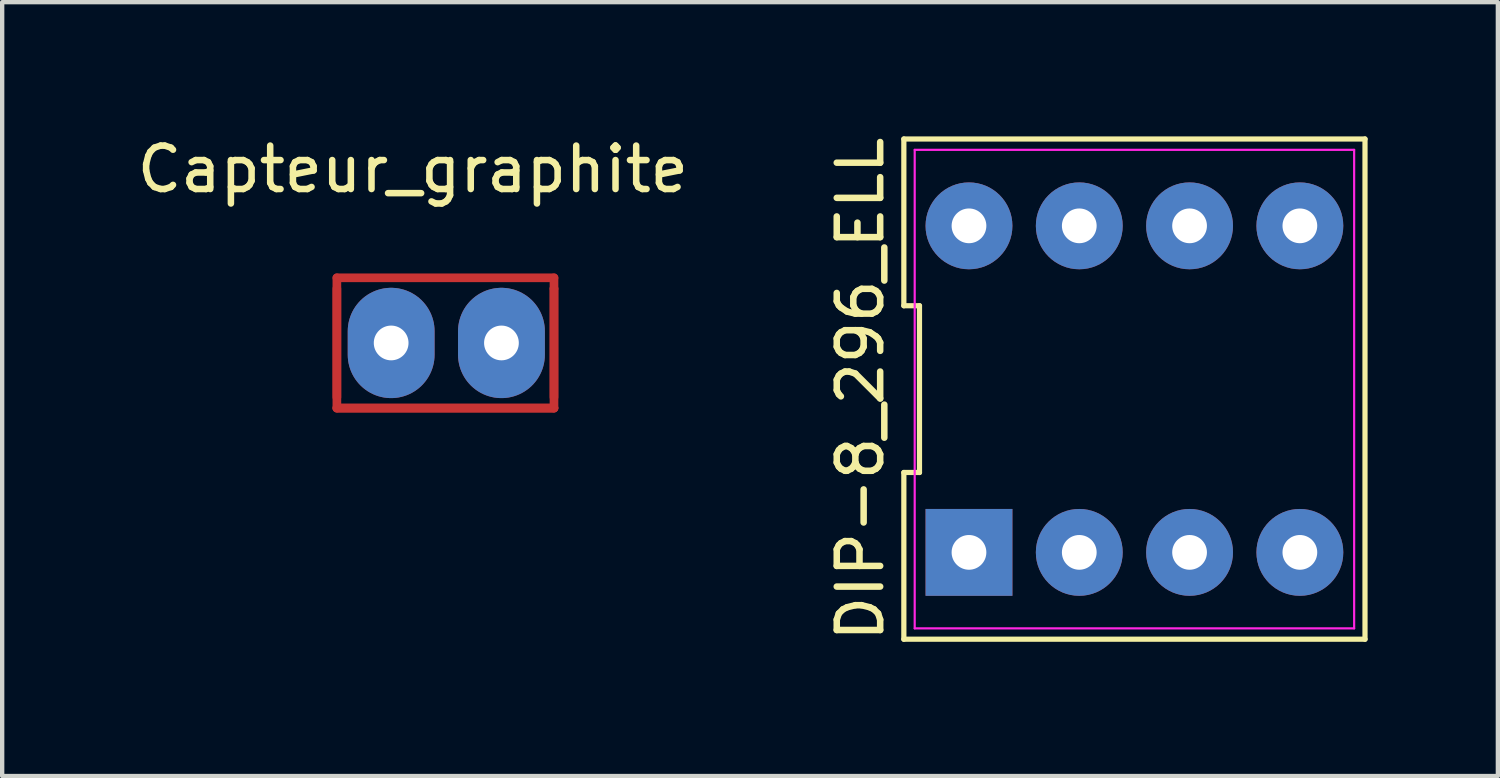
<source format=kicad_pcb>
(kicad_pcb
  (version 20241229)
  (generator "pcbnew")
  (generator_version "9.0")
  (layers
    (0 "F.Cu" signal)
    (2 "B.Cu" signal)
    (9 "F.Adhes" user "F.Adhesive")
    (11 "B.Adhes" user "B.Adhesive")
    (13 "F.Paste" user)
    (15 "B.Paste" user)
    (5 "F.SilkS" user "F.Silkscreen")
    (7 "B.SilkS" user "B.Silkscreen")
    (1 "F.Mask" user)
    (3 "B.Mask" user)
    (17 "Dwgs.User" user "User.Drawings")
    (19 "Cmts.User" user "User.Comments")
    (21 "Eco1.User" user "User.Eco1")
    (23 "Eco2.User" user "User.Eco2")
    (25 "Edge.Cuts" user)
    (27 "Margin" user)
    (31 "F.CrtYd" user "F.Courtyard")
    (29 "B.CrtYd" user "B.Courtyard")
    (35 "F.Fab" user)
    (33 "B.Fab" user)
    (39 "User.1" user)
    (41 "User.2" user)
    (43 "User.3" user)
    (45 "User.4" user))
  (footprint "DIP-8_296_ELL"
    (layer "F.Cu")
    (at 23.075 5.911)
    (property "Reference" "DIP-8_296_ELL" (at -6.31 0 90) (layer "F.SilkS") (effects (font (size 1 1) (thickness 0.15))))
    (fp_line (start -5.31 -5.76) (end -5.31 -1.92) (stroke (width 0.12) (type solid)) (layer "F.SilkS"))
    (fp_line (start -5.31 -1.92) (end -4.95 -1.92) (stroke (width 0.12) (type solid)) (layer "F.SilkS"))
    (fp_line (start -5.31 1.92) (end -5.31 5.76) (stroke (width 0.12) (type solid)) (layer "F.SilkS"))
    (fp_line (start -5.31 5.76) (end 5.31 5.76) (stroke (width 0.12) (type solid)) (layer "F.SilkS"))
    (fp_line (start -4.95 -1.92) (end -4.95 1.92) (stroke (width 0.12) (type solid)) (layer "F.SilkS"))
    (fp_line (start -4.95 1.92) (end -5.31 1.92) (stroke (width 0.12) (type solid)) (layer "F.SilkS"))
    (fp_line (start 5.31 -5.76) (end -5.31 -5.76) (stroke (width 0.12) (type solid)) (layer "F.SilkS"))
    (fp_line (start 5.31 5.76) (end 5.31 -5.76) (stroke (width 0.12) (type solid)) (layer "F.SilkS"))
    (fp_line (start -5.06 -5.51) (end 5.06 -5.51) (stroke (width 0.05) (type solid)) (layer "F.CrtYd"))
    (fp_line (start -5.06 5.51) (end -5.06 -5.51) (stroke (width 0.05) (type solid)) (layer "F.CrtYd"))
    (fp_line (start 5.06 -5.51) (end 5.06 5.51) (stroke (width 0.05) (type solid)) (layer "F.CrtYd"))
    (fp_line (start 5.06 5.51) (end -5.06 5.51) (stroke (width 0.05) (type solid)) (layer "F.CrtYd"))
    (pad "1" thru_hole rect (at -3.81 3.76) (size 2 2) (drill 0.8) (layers "*.Cu" "*.Mask"))
    (pad "2" thru_hole circle (at -1.27 3.76) (size 2 2) (drill 0.8) (layers "*.Cu" "*.Mask"))
    (pad "3" thru_hole circle (at 1.27 3.76) (size 2 2) (drill 0.8) (layers "*.Cu" "*.Mask"))
    (pad "4" thru_hole circle (at 3.81 3.76) (size 2 2) (drill 0.8) (layers "*.Cu" "*.Mask"))
    (pad "5" thru_hole circle (at 3.81 -3.76) (size 2 2) (drill 0.8) (layers "*.Cu" "*.Mask"))
    (pad "6" thru_hole circle (at 1.27 -3.76) (size 2 2) (drill 0.8) (layers "*.Cu" "*.Mask"))
    (pad "7" thru_hole circle (at -1.27 -3.76) (size 2 2) (drill 0.8) (layers "*.Cu" "*.Mask"))
    (pad "8" thru_hole circle (at -3.81 -3.76) (size 2 2) (drill 0.8) (layers "*.Cu" "*.Mask")))
  (footprint "Capteur_graphite"
    (layer "F.Cu")
    (at 6.958 4.848)
    (property "Reference" "Capteur_graphite" (at -0.5 -4 0) (unlocked yes) (layer "F.SilkS") (effects (font (size 1 1) (thickness 0.15))))
    (attr through_hole)
    (fp_line (start -2.25 -1.25) (end -2.25 1.25) (stroke (width 0.2) (type solid)) (layer "F.Cu"))
    (fp_line (start -2.25 1.5) (end -2.25 -1.5) (stroke (width 0.2) (type solid)) (layer "F.Cu"))
    (fp_line (start -2.25 1.5) (end 2.75 1.5) (stroke (width 0.2) (type solid)) (layer "F.Cu"))
    (fp_line (start 2.75 -1.5) (end -2.25 -1.5) (stroke (width 0.2) (type solid)) (layer "F.Cu"))
    (fp_line (start 2.75 -1.5) (end 2.75 -1.25) (stroke (width 0.2) (type solid)) (layer "F.Cu"))
    (fp_line (start 2.75 -1.25) (end 2.75 1.5) (stroke (width 0.2) (type solid)) (layer "F.Cu"))
    (fp_line (start 2.75 1.25) (end 2.75 -1.25) (stroke (width 0.2) (type solid)) (layer "F.Cu"))
    (fp_line (start 2.75 1.5) (end -2.25 1.5) (stroke (width 0.2) (type solid)) (layer "F.Cu"))
    (pad "1" thru_hole oval (at -1 0) (size 2 2.54) (drill 0.8) (layers "*.Cu" "*.Mask"))
    (pad "2" thru_hole oval (at 1.54 0) (size 2 2.54) (drill 0.8) (layers "*.Cu" "*.Mask")))
  (gr_rect
    (start -3 -3)
    (end 31.445 14.821)
    (stroke (width 0.1) (type default))
    (fill no)
    (layer "Edge.Cuts")))
</source>
